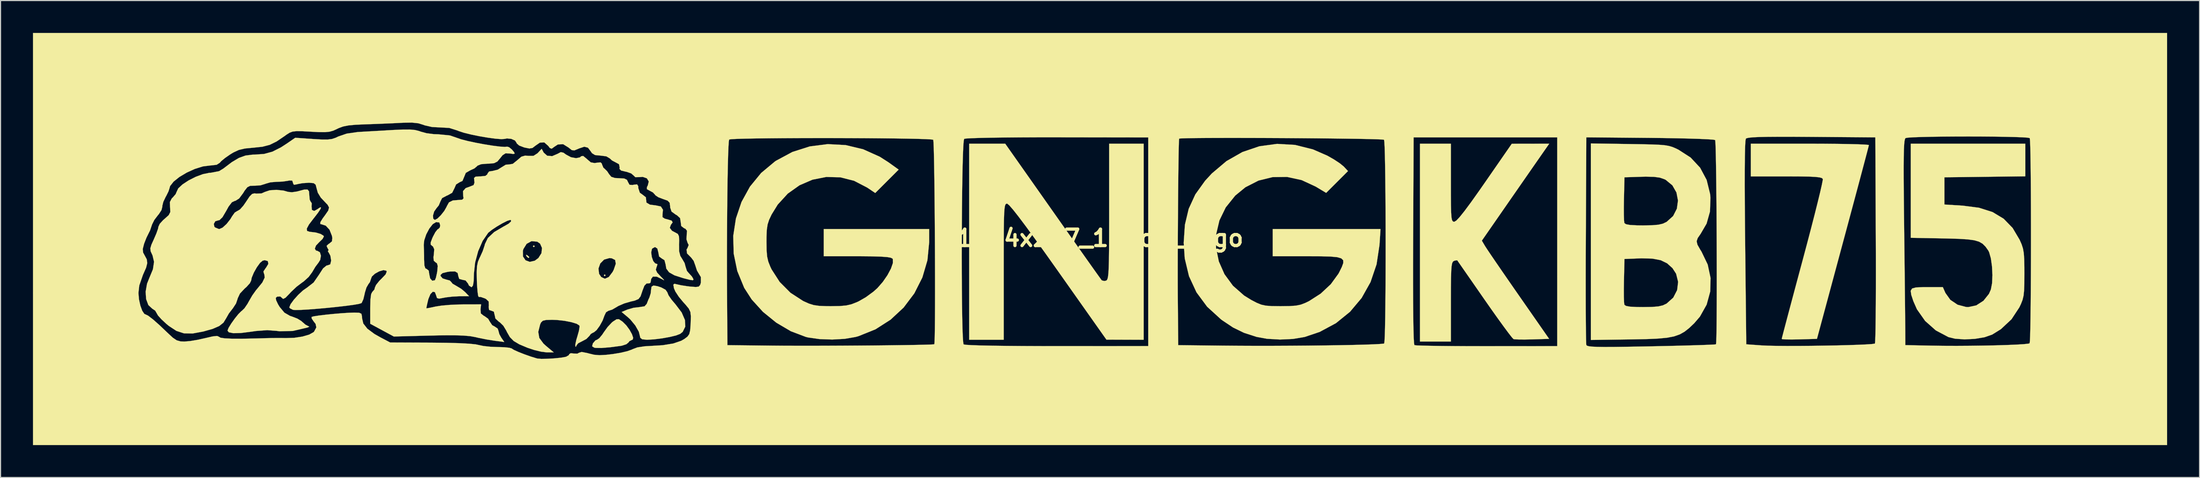
<source format=kicad_pcb>
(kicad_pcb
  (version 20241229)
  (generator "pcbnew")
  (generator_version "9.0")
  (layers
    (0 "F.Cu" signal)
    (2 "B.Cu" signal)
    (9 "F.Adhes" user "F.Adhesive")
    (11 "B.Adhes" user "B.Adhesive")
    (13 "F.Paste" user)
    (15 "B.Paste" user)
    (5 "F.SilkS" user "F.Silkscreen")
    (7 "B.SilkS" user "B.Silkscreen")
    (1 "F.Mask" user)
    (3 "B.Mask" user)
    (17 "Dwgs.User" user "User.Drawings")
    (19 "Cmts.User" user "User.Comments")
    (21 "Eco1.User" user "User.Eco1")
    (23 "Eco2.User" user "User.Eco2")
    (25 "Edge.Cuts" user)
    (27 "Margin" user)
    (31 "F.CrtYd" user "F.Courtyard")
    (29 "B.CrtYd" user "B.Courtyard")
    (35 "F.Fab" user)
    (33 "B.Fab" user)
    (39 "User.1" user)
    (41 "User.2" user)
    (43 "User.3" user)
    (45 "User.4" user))
  (footprint "1174x227_151dpi_logo"
    (layer "F.Cu")
    (at 98.745 19.013)
    (property "Reference" "1174x227_151dpi_logo" (at 0 0 0) (layer "F.SilkS") (effects (font (size 1.524 1.524) (thickness 0.3))))
    (attr through_hole)
    (fp_poly (pts (xy -52.314 0.757) (xy -52.398 0.841) (xy -52.482 0.757) (xy -52.398 0.673) (xy -52.314 0.757)) (stroke (width 0.01) (type solid)) (fill yes) (layer "F.SilkS"))
    (fp_poly (pts (xy -45.754 3.448) (xy -45.838 3.532) (xy -45.922 3.448) (xy -45.838 3.364) (xy -45.754 3.448)) (stroke (width 0.01) (type solid)) (fill yes) (layer "F.SilkS"))
    (fp_poly (pts (xy -53.013 1.582) (xy -52.834 1.738) (xy -52.819 1.776) (xy -52.898 1.845) (xy -53.065 1.69) (xy -53.087 1.656) (xy -53.107 1.541) (xy -53.013 1.582)) (stroke (width 0.01) (type solid)) (fill yes) (layer "F.SilkS"))
    (fp_poly (pts (xy -44.22 7.718) (xy -44.17 7.756) (xy -43.84 8.085) (xy -43.54 8.495) (xy -43.313 8.907) (xy -43.202 9.239) (xy -43.25 9.411) (xy -43.293 9.42) (xy -43.56 9.555) (xy -43.621 9.655) (xy -43.833 9.831) (xy -44.243 9.967) (xy -44.354 9.987) (xy -45.348 10.117) (xy -46.137 10.181) (xy -46.67 10.175) (xy -46.804 10.151) (xy -47.002 10.025) (xy -46.936 9.766) (xy -46.925 9.744) (xy -46.701 9.481) (xy -46.547 9.415) (xy -46.345 9.28) (xy -46.065 8.943) (xy -45.922 8.726) (xy -45.566 8.233) (xy -45.179 7.821) (xy -45.058 7.723) (xy -44.741 7.521) (xy -44.517 7.517) (xy -44.22 7.718)) (stroke (width 0.01) (type solid)) (fill yes) (layer "F.SilkS"))
    (fp_poly (pts (xy -40.942 4.458) (xy -40.593 4.576) (xy -40.205 4.788) (xy -40.035 5.033) (xy -40.034 5.051) (xy -39.926 5.309) (xy -39.644 5.715) (xy -39.278 6.148) (xy -38.715 6.891) (xy -38.413 7.587) (xy -38.379 8.197) (xy -38.619 8.683) (xy -38.844 8.868) (xy -39.218 9.015) (xy -39.821 9.162) (xy -40.545 9.291) (xy -41.284 9.383) (xy -41.927 9.419) (xy -42.373 9.375) (xy -42.549 9.226) (xy -42.558 9.159) (xy -42.681 8.673) (xy -43.006 8.097) (xy -43.462 7.543) (xy -43.688 7.334) (xy -44.271 6.846) (xy -43.732 6.619) (xy -43.164 6.455) (xy -42.617 6.392) (xy -42.153 6.32) (xy -41.951 6.098) (xy -41.79 5.686) (xy -41.704 5.511) (xy -41.58 5.111) (xy -41.548 4.796) (xy -41.502 4.499) (xy -41.321 4.392) (xy -40.942 4.458)) (stroke (width 0.01) (type solid)) (fill yes) (layer "F.SilkS"))
    (fp_poly (pts (xy 67.004 -8.743) (xy 68.207 -8.733) (xy 69.256 -8.716) (xy 70.111 -8.695) (xy 70.734 -8.669) (xy 71.084 -8.64) (xy 71.147 -8.621) (xy 71.103 -8.439) (xy 70.98 -7.963) (xy 70.784 -7.221) (xy 70.525 -6.244) (xy 70.211 -5.063) (xy 69.848 -3.706) (xy 69.445 -2.203) (xy 69.011 -0.585) (xy 68.74 0.421) (xy 66.341 9.336) (xy 64.71 9.384) (xy 64.016 9.396) (xy 63.469 9.389) (xy 63.141 9.365) (xy 63.079 9.342) (xy 63.122 9.166) (xy 63.243 8.698) (xy 63.434 7.972) (xy 63.686 7.02) (xy 63.991 5.875) (xy 64.339 4.571) (xy 64.722 3.141) (xy 65.027 2.006) (xy 65.429 0.497) (xy 65.799 -0.916) (xy 66.129 -2.199) (xy 66.409 -3.319) (xy 66.633 -4.241) (xy 66.79 -4.932) (xy 66.874 -5.356) (xy 66.883 -5.48) (xy 66.795 -5.564) (xy 66.579 -5.627) (xy 66.193 -5.671) (xy 65.597 -5.7) (xy 64.75 -5.714) (xy 63.611 -5.719) (xy 63.505 -5.719) (xy 60.22 -5.719) (xy 60.22 -8.747) (xy 65.687 -8.747) (xy 67.004 -8.743)) (stroke (width 0.01) (type solid)) (fill yes) (layer "F.SilkS"))
    (fp_poly (pts (xy -4.366 -2.481) (xy -3.459 -1.192) (xy -2.609 0.014) (xy -1.837 1.108) (xy -1.163 2.062) (xy -0.606 2.848) (xy -0.186 3.438) (xy 0.077 3.803) (xy 0.161 3.916) (xy 0.399 3.977) (xy 0.561 3.94) (xy 0.633 3.889) (xy 0.692 3.773) (xy 0.739 3.562) (xy 0.775 3.224) (xy 0.801 2.726) (xy 0.82 2.037) (xy 0.832 1.126) (xy 0.838 -0.04) (xy 0.841 -1.493) (xy 0.841 -2.457) (xy 0.841 -8.747) (xy 4.037 -8.747) (xy 4.037 9.42) (xy 0.589 9.408) (xy -3.856 3.106) (xy -5.044 1.429) (xy -6.052 0.025) (xy -6.885 -1.116) (xy -7.549 -2) (xy -8.05 -2.635) (xy -8.393 -3.029) (xy -8.586 -3.191) (xy -8.608 -3.196) (xy -8.687 -3.181) (xy -8.751 -3.117) (xy -8.802 -2.97) (xy -8.841 -2.71) (xy -8.87 -2.306) (xy -8.891 -1.725) (xy -8.904 -0.935) (xy -8.911 0.094) (xy -8.914 1.394) (xy -8.915 2.996) (xy -8.915 3.112) (xy -8.915 9.42) (xy -12.111 9.42) (xy -12.111 -8.747) (xy -8.774 -8.747) (xy -4.366 -2.481)) (stroke (width 0.01) (type solid)) (fill yes) (layer "F.SilkS"))
    (fp_poly (pts (xy 32.465 -5.13) (xy 32.466 -3.939) (xy 32.473 -3.042) (xy 32.489 -2.398) (xy 32.517 -1.965) (xy 32.562 -1.703) (xy 32.627 -1.568) (xy 32.715 -1.519) (xy 32.782 -1.514) (xy 32.963 -1.62) (xy 33.274 -1.947) (xy 33.725 -2.51) (xy 34.327 -3.322) (xy 35.09 -4.397) (xy 35.599 -5.128) (xy 38.1 -8.742) (xy 41.565 -8.747) (xy 40.482 -7.191) (xy 40.04 -6.555) (xy 39.458 -5.716) (xy 38.787 -4.749) (xy 38.078 -3.728) (xy 37.385 -2.727) (xy 37.366 -2.7) (xy 35.331 0.236) (xy 35.635 0.749) (xy 35.808 1.016) (xy 36.146 1.52) (xy 36.622 2.219) (xy 37.208 3.073) (xy 37.877 4.042) (xy 38.601 5.087) (xy 38.749 5.299) (xy 41.558 9.336) (xy 40.01 9.385) (xy 39.306 9.398) (xy 38.721 9.394) (xy 38.344 9.372) (xy 38.262 9.357) (xy 38.116 9.203) (xy 37.807 8.809) (xy 37.364 8.212) (xy 36.813 7.451) (xy 36.183 6.563) (xy 35.574 5.691) (xy 34.904 4.725) (xy 34.3 3.853) (xy 33.786 3.114) (xy 33.39 2.543) (xy 33.137 2.179) (xy 33.052 2.057) (xy 32.891 2.068) (xy 32.741 2.117) (xy 32.65 2.184) (xy 32.581 2.333) (xy 32.532 2.605) (xy 32.498 3.044) (xy 32.478 3.689) (xy 32.468 4.583) (xy 32.465 5.768) (xy 32.465 5.905) (xy 32.465 9.588) (xy 29.605 9.588) (xy 29.605 -8.747) (xy 32.465 -8.747) (xy 32.465 -5.13)) (stroke (width 0.01) (type solid)) (fill yes) (layer "F.SilkS"))
    (fp_poly (pts (xy 85.62 -5.726) (xy 78.134 -5.635) (xy 78.134 -3.112) (xy 79.836 -3.008) (xy 81.341 -2.812) (xy 82.593 -2.413) (xy 83.62 -1.793) (xy 84.447 -0.939) (xy 85.095 0.154) (xy 85.279 0.572) (xy 85.403 0.955) (xy 85.479 1.383) (xy 85.519 1.937) (xy 85.534 2.699) (xy 85.536 3.28) (xy 85.531 4.195) (xy 85.509 4.853) (xy 85.458 5.337) (xy 85.366 5.725) (xy 85.22 6.099) (xy 85.068 6.419) (xy 84.345 7.518) (xy 83.365 8.435) (xy 82.558 8.937) (xy 81.851 9.185) (xy 80.953 9.336) (xy 79.996 9.384) (xy 79.11 9.32) (xy 78.508 9.173) (xy 77.339 8.552) (xy 76.35 7.675) (xy 75.592 6.596) (xy 75.262 5.85) (xy 75.067 5.261) (xy 75.014 4.882) (xy 75.145 4.667) (xy 75.507 4.569) (xy 76.141 4.543) (xy 76.506 4.542) (xy 77.99 4.542) (xy 78.23 5.085) (xy 78.684 5.722) (xy 79.357 6.174) (xy 80.153 6.384) (xy 80.34 6.392) (xy 81.081 6.235) (xy 81.747 5.806) (xy 82.255 5.169) (xy 82.434 4.764) (xy 82.546 4.177) (xy 82.578 3.425) (xy 82.538 2.621) (xy 82.434 1.877) (xy 82.273 1.307) (xy 82.19 1.145) (xy 81.936 0.79) (xy 81.67 0.523) (xy 81.339 0.331) (xy 80.892 0.2) (xy 80.277 0.117) (xy 79.442 0.066) (xy 78.336 0.035) (xy 78.008 0.028) (xy 75.023 -0.027) (xy 75.023 -8.747) (xy 85.62 -8.747) (xy 85.62 -5.726)) (stroke (width 0.01) (type solid)) (fill yes) (layer "F.SilkS"))
    (fp_poly (pts (xy 18.04 -8.637) (xy 19.702 -8.22) (xy 21.032 -7.639) (xy 21.646 -7.289) (xy 22.187 -6.931) (xy 22.544 -6.64) (xy 22.556 -6.628) (xy 22.946 -6.212) (xy 21.935 -5.201) (xy 20.924 -4.19) (xy 19.959 -4.771) (xy 18.656 -5.376) (xy 17.31 -5.667) (xy 15.964 -5.651) (xy 14.664 -5.331) (xy 13.454 -4.714) (xy 12.509 -3.939) (xy 11.631 -2.844) (xy 11.047 -1.642) (xy 10.75 -0.378) (xy 10.734 0.904) (xy 10.991 2.159) (xy 11.514 3.344) (xy 12.298 4.414) (xy 13.334 5.324) (xy 13.992 5.731) (xy 14.503 5.997) (xy 14.918 6.166) (xy 15.344 6.259) (xy 15.885 6.299) (xy 16.646 6.308) (xy 16.737 6.308) (xy 17.547 6.298) (xy 18.124 6.257) (xy 18.572 6.166) (xy 18.994 6.005) (xy 19.344 5.834) (xy 20.417 5.145) (xy 21.351 4.273) (xy 22.055 3.306) (xy 22.142 3.144) (xy 22.376 2.669) (xy 22.506 2.311) (xy 22.5 2.052) (xy 22.323 1.876) (xy 21.945 1.767) (xy 21.33 1.709) (xy 20.448 1.686) (xy 19.264 1.682) (xy 19.165 1.682) (xy 15.98 1.682) (xy 15.98 -0.841) (xy 25.954 -0.841) (xy 25.859 0.639) (xy 25.588 2.431) (xy 25.03 4.076) (xy 24.205 5.549) (xy 23.132 6.826) (xy 21.83 7.882) (xy 20.321 8.694) (xy 18.931 9.162) (xy 17.858 9.343) (xy 16.644 9.399) (xy 15.444 9.329) (xy 14.485 9.154) (xy 13.32 8.776) (xy 12.308 8.284) (xy 11.285 7.599) (xy 11.186 7.524) (xy 9.91 6.359) (xy 8.924 5.025) (xy 8.232 3.531) (xy 7.838 1.883) (xy 7.74 0.432) (xy 7.853 -1.241) (xy 8.204 -2.715) (xy 8.817 -4.051) (xy 9.718 -5.31) (xy 10.342 -5.988) (xy 11.695 -7.133) (xy 13.172 -7.975) (xy 14.744 -8.51) (xy 16.377 -8.732) (xy 18.04 -8.637)) (stroke (width 0.01) (type solid)) (fill yes) (layer "F.SilkS"))
    (fp_poly (pts (xy -23.54 -8.62) (xy -21.92 -8.231) (xy -20.385 -7.541) (xy -19.6 -7.039) (xy -18.635 -6.347) (xy -19.719 -5.263) (xy -20.803 -4.179) (xy -21.546 -4.68) (xy -22.759 -5.31) (xy -24.037 -5.634) (xy -25.334 -5.665) (xy -26.606 -5.415) (xy -27.808 -4.897) (xy -28.896 -4.124) (xy -29.824 -3.109) (xy -30.393 -2.187) (xy -30.622 -1.702) (xy -30.763 -1.267) (xy -30.837 -0.772) (xy -30.864 -0.107) (xy -30.867 0.336) (xy -30.855 1.137) (xy -30.806 1.715) (xy -30.698 2.182) (xy -30.511 2.652) (xy -30.393 2.9) (xy -29.644 4.064) (xy -28.649 5.064) (xy -27.488 5.819) (xy -27.459 5.834) (xy -26.95 6.064) (xy -26.495 6.206) (xy -25.983 6.279) (xy -25.299 6.306) (xy -24.895 6.308) (xy -24.08 6.295) (xy -23.486 6.241) (xy -22.998 6.128) (xy -22.503 5.934) (xy -22.339 5.859) (xy -21.669 5.474) (xy -20.978 4.967) (xy -20.604 4.633) (xy -20.103 4.058) (xy -19.672 3.432) (xy -19.349 2.826) (xy -19.17 2.31) (xy -19.172 1.955) (xy -19.204 1.901) (xy -19.363 1.818) (xy -19.705 1.757) (xy -20.267 1.716) (xy -21.085 1.692) (xy -22.196 1.682) (xy -22.477 1.682) (xy -25.568 1.682) (xy -25.568 -0.841) (xy -15.812 -0.841) (xy -15.812 0.385) (xy -15.974 2.056) (xy -16.441 3.645) (xy -17.184 5.117) (xy -18.174 6.433) (xy -19.383 7.557) (xy -20.783 8.453) (xy -22.344 9.082) (xy -22.631 9.162) (xy -23.625 9.334) (xy -24.782 9.399) (xy -25.955 9.357) (xy -26.996 9.211) (xy -27.231 9.154) (xy -28.614 8.629) (xy -29.959 7.836) (xy -31.191 6.835) (xy -32.233 5.687) (xy -32.928 4.61) (xy -33.569 3.048) (xy -33.903 1.428) (xy -33.943 -0.206) (xy -33.697 -1.813) (xy -33.178 -3.349) (xy -32.396 -4.771) (xy -31.361 -6.036) (xy -30.084 -7.102) (xy -29.989 -7.166) (xy -28.47 -7.983) (xy -26.86 -8.497) (xy -25.202 -8.709) (xy -23.54 -8.62)) (stroke (width 0.01) (type solid)) (fill yes) (layer "F.SilkS"))
    (fp_poly (pts (xy 48.992 -8.717) (xy 50.179 -8.698) (xy 51.083 -8.677) (xy 51.758 -8.648) (xy 52.258 -8.605) (xy 52.636 -8.541) (xy 52.946 -8.451) (xy 53.242 -8.328) (xy 53.518 -8.195) (xy 54.651 -7.465) (xy 55.528 -6.523) (xy 56.132 -5.392) (xy 56.451 -4.096) (xy 56.484 -3.741) (xy 56.442 -2.462) (xy 56.127 -1.342) (xy 55.572 -0.39) (xy 55.305 -0.003) (xy 55.207 0.293) (xy 55.281 0.611) (xy 55.535 1.062) (xy 55.656 1.253) (xy 56.23 2.448) (xy 56.497 3.7) (xy 56.463 4.956) (xy 56.133 6.164) (xy 55.511 7.274) (xy 54.986 7.886) (xy 54.526 8.324) (xy 54.097 8.665) (xy 53.647 8.92) (xy 53.125 9.104) (xy 52.478 9.23) (xy 51.656 9.309) (xy 50.608 9.356) (xy 49.282 9.384) (xy 49.076 9.387) (xy 45.417 9.438) (xy 45.417 4.747) (xy 48.47 4.747) (xy 48.473 5.437) (xy 48.49 5.938) (xy 48.518 6.172) (xy 48.669 6.283) (xy 49.047 6.352) (xy 49.693 6.386) (xy 50.248 6.391) (xy 51.08 6.378) (xy 51.662 6.329) (xy 52.077 6.232) (xy 52.412 6.075) (xy 52.432 6.062) (xy 53.043 5.515) (xy 53.401 4.82) (xy 53.494 4.055) (xy 53.307 3.301) (xy 52.971 2.783) (xy 52.473 2.334) (xy 51.876 2.046) (xy 51.109 1.9) (xy 50.103 1.874) (xy 49.875 1.882) (xy 48.529 1.934) (xy 48.481 3.943) (xy 48.47 4.747) (xy 45.417 4.747) (xy 45.417 -2.823) (xy 48.47 -2.823) (xy 48.473 -2.133) (xy 48.49 -1.632) (xy 48.518 -1.398) (xy 48.669 -1.287) (xy 49.047 -1.217) (xy 49.693 -1.183) (xy 50.248 -1.178) (xy 51.08 -1.192) (xy 51.662 -1.241) (xy 52.077 -1.337) (xy 52.412 -1.495) (xy 52.432 -1.507) (xy 53.03 -2.046) (xy 53.378 -2.729) (xy 53.48 -3.482) (xy 53.339 -4.227) (xy 52.961 -4.89) (xy 52.348 -5.395) (xy 52.23 -5.455) (xy 51.809 -5.601) (xy 51.26 -5.677) (xy 50.499 -5.693) (xy 50.088 -5.684) (xy 48.529 -5.635) (xy 48.481 -3.626) (xy 48.47 -2.823) (xy 45.417 -2.823) (xy 45.417 -8.771) (xy 48.992 -8.717)) (stroke (width 0.01) (type solid)) (fill yes) (layer "F.SilkS"))
    (fp_poly (pts (xy 98.74 19.176) (xy -98.74 19.176) (xy -98.74 5.083) (xy -88.984 5.083) (xy -88.935 5.671) (xy -88.807 6.253) (xy -88.631 6.734) (xy -88.438 7.022) (xy -88.341 7.065) (xy -88.09 7.185) (xy -87.642 7.528) (xy -87.029 8.07) (xy -86.281 8.784) (xy -86.275 8.789) (xy -85.803 9.227) (xy -85.444 9.469) (xy -85.092 9.569) (xy -84.742 9.585) (xy -84.206 9.54) (xy -83.503 9.423) (xy -82.81 9.268) (xy -82.119 9.108) (xy -81.707 9.065) (xy -81.538 9.135) (xy -81.535 9.144) (xy -81.384 9.23) (xy -80.988 9.288) (xy -80.325 9.319) (xy -79.377 9.322) (xy -78.124 9.298) (xy -77.293 9.274) (xy -76.558 9.258) (xy -75.833 9.255) (xy -75.359 9.263) (xy -74.568 9.238) (xy -73.813 9.124) (xy -73.187 8.943) (xy -72.781 8.716) (xy -72.724 8.653) (xy -72.522 8.271) (xy -72.593 7.945) (xy -72.779 7.708) (xy -72.957 7.442) (xy -72.963 7.305) (xy -72.761 7.247) (xy -72.303 7.176) (xy -71.669 7.099) (xy -70.94 7.025) (xy -70.196 6.962) (xy -69.516 6.918) (xy -69.009 6.901) (xy -68.56 6.915) (xy -68.354 7.008) (xy -68.297 7.248) (xy -68.294 7.409) (xy -68.176 7.914) (xy -67.801 8.395) (xy -67.142 8.884) (xy -66.591 9.196) (xy -65.687 9.672) (xy -61.902 9.686) (xy -60.483 9.701) (xy -59.305 9.733) (xy -58.393 9.782) (xy -57.774 9.845) (xy -57.53 9.897) (xy -57.057 9.997) (xy -56.396 10.068) (xy -55.731 10.093) (xy -55.126 10.111) (xy -54.664 10.16) (xy -54.437 10.229) (xy -54.432 10.237) (xy -54.239 10.359) (xy -53.822 10.547) (xy -53.273 10.763) (xy -52.69 10.97) (xy -52.167 11.131) (xy -52.062 11.159) (xy -51.707 11.189) (xy -51.143 11.181) (xy -50.494 11.142) (xy -49.885 11.08) (xy -49.44 11.002) (xy -49.412 10.994) (xy -49.163 10.849) (xy -49.118 10.751) (xy -48.981 10.665) (xy -48.716 10.692) (xy -48.37 10.707) (xy -48.207 10.62) (xy -47.966 10.549) (xy -47.438 10.651) (xy -47.305 10.689) (xy -46.814 10.808) (xy -46.311 10.849) (xy -45.679 10.813) (xy -45.085 10.743) (xy -44.376 10.626) (xy -43.754 10.48) (xy -43.329 10.331) (xy -43.259 10.293) (xy -42.811 10.125) (xy -42.126 10.022) (xy -41.74 10.001) (xy -40.47 9.924) (xy -39.488 9.764) (xy -38.757 9.513) (xy -38.474 9.352) (xy -38.182 9.132) (xy -38.014 8.897) (xy -37.929 8.546) (xy -37.887 7.977) (xy -37.882 7.859) (xy -37.864 7.251) (xy -37.907 6.85) (xy -38.058 6.53) (xy -38.362 6.16) (xy -38.573 5.93) (xy -38.984 5.431) (xy -39.299 4.948) (xy -39.43 4.646) (xy -39.487 4.314) (xy -39.388 4.227) (xy -39.16 4.282) (xy -38.765 4.37) (xy -38.202 4.457) (xy -37.913 4.491) (xy -37.405 4.531) (xy -37.134 4.493) (xy -37.003 4.339) (xy -36.937 4.12) (xy -36.938 3.613) (xy -37.081 3.375) (xy -37.299 3.007) (xy -37.431 2.6) (xy -34.524 2.6) (xy -34.52 4.362) (xy -34.513 5.674) (xy -34.483 9.919) (xy -30.236 9.964) (xy -29.189 9.972) (xy -27.982 9.975) (xy -26.654 9.976) (xy -25.245 9.972) (xy -23.795 9.966) (xy -22.342 9.957) (xy -20.925 9.946) (xy -19.586 9.932) (xy -18.362 9.917) (xy -17.293 9.901) (xy -16.418 9.883) (xy -15.778 9.865) (xy -15.411 9.847) (xy -15.338 9.835) (xy -15.317 9.654) (xy -15.3 9.172) (xy -15.287 8.428) (xy -15.278 7.459) (xy -15.272 6.301) (xy -15.27 4.991) (xy -15.271 3.567) (xy -15.275 2.065) (xy -15.276 1.763) (xy -12.797 1.763) (xy -12.794 3.283) (xy -12.786 4.73) (xy -12.773 6.069) (xy -12.755 7.263) (xy -12.732 8.274) (xy -12.703 9.066) (xy -12.669 9.601) (xy -12.629 9.842) (xy -12.624 9.849) (xy -12.422 9.885) (xy -11.904 9.917) (xy -11.092 9.945) (xy -10.006 9.968) (xy -8.668 9.986) (xy -7.098 9.998) (xy -5.318 10.005) (xy -4.003 10.006) (xy 4.458 10.004) (xy 4.458 2.656) (xy 7.19 2.656) (xy 7.19 3.954) (xy 7.194 5.118) (xy 7.199 5.842) (xy 7.233 9.919) (xy 11.396 9.964) (xy 12.866 9.975) (xy 14.414 9.981) (xy 16.005 9.98) (xy 17.601 9.973) (xy 19.167 9.962) (xy 20.667 9.945) (xy 22.064 9.925) (xy 23.322 9.901) (xy 24.405 9.873) (xy 25.277 9.843) (xy 25.901 9.811) (xy 26.241 9.777) (xy 26.291 9.762) (xy 26.321 9.571) (xy 26.347 9.081) (xy 26.369 8.329) (xy 26.388 7.352) (xy 26.403 6.187) (xy 26.414 4.872) (xy 26.418 4.268) (xy 28.966 4.268) (xy 28.972 5.917) (xy 28.984 7.302) (xy 29.002 8.409) (xy 29.026 9.225) (xy 29.056 9.732) (xy 29.091 9.918) (xy 29.29 9.94) (xy 29.788 9.96) (xy 30.547 9.978) (xy 31.531 9.993) (xy 32.702 10.004) (xy 34.023 10.011) (xy 35.456 10.013) (xy 35.779 10.013) (xy 42.305 10.009) (xy 42.305 3.594) (xy 44.943 3.594) (xy 44.944 5.13) (xy 44.947 6.506) (xy 44.953 7.691) (xy 44.962 8.655) (xy 44.974 9.366) (xy 44.988 9.794) (xy 45 9.909) (xy 45.067 9.972) (xy 45.235 10.02) (xy 45.534 10.055) (xy 45.997 10.077) (xy 46.655 10.086) (xy 47.538 10.083) (xy 48.678 10.069) (xy 50.107 10.044) (xy 51.009 10.027) (xy 52.386 9.997) (xy 53.653 9.967) (xy 54.772 9.936) (xy 55.704 9.907) (xy 56.411 9.88) (xy 56.854 9.857) (xy 56.996 9.841) (xy 57.017 9.655) (xy 57.034 9.171) (xy 57.048 8.424) (xy 57.058 7.452) (xy 57.065 6.291) (xy 57.069 4.98) (xy 57.07 3.554) (xy 57.068 2.051) (xy 57.063 0.508) (xy 57.055 -1.039) (xy 57.046 -2.551) (xy 57.033 -3.993) (xy 57.025 -4.83) (xy 59.658 -4.83) (xy 59.666 -2.997) (xy 59.683 -0.856) (xy 59.696 0.421) (xy 59.799 9.84) (xy 61.229 9.942) (xy 61.794 9.968) (xy 62.581 9.984) (xy 63.54 9.991) (xy 64.622 9.99) (xy 65.775 9.981) (xy 66.951 9.965) (xy 68.099 9.944) (xy 69.171 9.917) (xy 70.115 9.886) (xy 70.882 9.852) (xy 71.423 9.816) (xy 71.687 9.777) (xy 71.702 9.769) (xy 71.725 9.584) (xy 71.745 9.093) (xy 71.762 8.326) (xy 71.775 7.315) (xy 71.785 6.088) (xy 71.791 4.678) (xy 71.793 3.114) (xy 71.791 1.427) (xy 71.786 0.158) (xy 71.755 -6.66) (xy 74.366 -6.66) (xy 74.367 -5.549) (xy 74.376 -4.174) (xy 74.392 -2.51) (xy 74.41 -0.904) (xy 74.43 0.778) (xy 74.449 2.399) (xy 74.466 3.918) (xy 74.481 5.297) (xy 74.493 6.497) (xy 74.503 7.477) (xy 74.51 8.198) (xy 74.513 8.616) (xy 74.518 9.915) (xy 76.915 9.964) (xy 78.042 9.979) (xy 79.249 9.983) (xy 80.487 9.976) (xy 81.708 9.961) (xy 82.865 9.937) (xy 83.91 9.905) (xy 84.796 9.868) (xy 85.475 9.827) (xy 85.899 9.781) (xy 86.02 9.747) (xy 86.044 9.561) (xy 86.067 9.076) (xy 86.086 8.328) (xy 86.103 7.355) (xy 86.117 6.193) (xy 86.128 4.879) (xy 86.136 3.451) (xy 86.142 1.945) (xy 86.144 0.398) (xy 86.144 -1.152) (xy 86.141 -2.67) (xy 86.135 -4.117) (xy 86.126 -5.457) (xy 86.113 -6.653) (xy 86.098 -7.668) (xy 86.08 -8.464) (xy 86.059 -9.006) (xy 86.035 -9.256) (xy 86.031 -9.266) (xy 85.845 -9.306) (xy 85.37 -9.339) (xy 84.654 -9.366) (xy 83.745 -9.387) (xy 82.691 -9.403) (xy 81.539 -9.412) (xy 80.338 -9.415) (xy 79.134 -9.412) (xy 77.975 -9.404) (xy 76.91 -9.389) (xy 75.987 -9.368) (xy 75.252 -9.341) (xy 74.753 -9.308) (xy 74.541 -9.27) (xy 74.488 -9.188) (xy 74.446 -9) (xy 74.412 -8.679) (xy 74.388 -8.2) (xy 74.373 -7.536) (xy 74.366 -6.66) (xy 71.755 -6.66) (xy 71.742 -9.336) (xy 65.835 -9.38) (xy 64.188 -9.39) (xy 62.849 -9.391) (xy 61.792 -9.384) (xy 60.987 -9.367) (xy 60.408 -9.339) (xy 60.028 -9.3) (xy 59.817 -9.25) (xy 59.76 -9.212) (xy 59.721 -8.989) (xy 59.691 -8.435) (xy 59.671 -7.554) (xy 59.66 -6.351) (xy 59.658 -4.83) (xy 57.025 -4.83) (xy 57.019 -5.327) (xy 57.003 -6.515) (xy 56.985 -7.522) (xy 56.966 -8.31) (xy 56.945 -8.841) (xy 56.922 -9.08) (xy 56.918 -9.088) (xy 56.721 -9.124) (xy 56.227 -9.159) (xy 55.475 -9.193) (xy 54.505 -9.224) (xy 53.355 -9.251) (xy 52.066 -9.273) (xy 50.884 -9.286) (xy 44.997 -9.336) (xy 44.953 0.168) (xy 44.946 1.93) (xy 44.943 3.594) (xy 42.305 3.594) (xy 42.305 -9.336) (xy 29.017 -9.336) (xy 28.973 0.242) (xy 28.966 2.372) (xy 28.966 4.268) (xy 26.418 4.268) (xy 26.422 3.444) (xy 26.427 1.939) (xy 26.427 0.396) (xy 26.424 -1.149) (xy 26.418 -2.659) (xy 26.409 -4.096) (xy 26.395 -5.423) (xy 26.379 -6.604) (xy 26.359 -7.6) (xy 26.336 -8.374) (xy 26.31 -8.89) (xy 26.28 -9.111) (xy 26.277 -9.115) (xy 26.093 -9.137) (xy 25.609 -9.158) (xy 24.864 -9.179) (xy 23.893 -9.198) (xy 22.734 -9.215) (xy 21.423 -9.231) (xy 19.998 -9.246) (xy 18.496 -9.258) (xy 16.953 -9.268) (xy 15.406 -9.275) (xy 13.892 -9.28) (xy 12.449 -9.282) (xy 11.113 -9.281) (xy 9.921 -9.277) (xy 8.909 -9.269) (xy 8.116 -9.258) (xy 7.578 -9.242) (xy 7.331 -9.223) (xy 7.32 -9.218) (xy 7.304 -9.038) (xy 7.287 -8.561) (xy 7.272 -7.825) (xy 7.256 -6.87) (xy 7.242 -5.736) (xy 7.228 -4.461) (xy 7.217 -3.084) (xy 7.207 -1.645) (xy 7.199 -0.182) (xy 7.193 1.265) (xy 7.19 2.656) (xy 4.458 2.656) (xy 4.458 -9.329) (xy -3.953 -9.34) (xy -5.736 -9.34) (xy -7.373 -9.333) (xy -8.835 -9.321) (xy -10.097 -9.304) (xy -11.129 -9.282) (xy -11.904 -9.256) (xy -12.396 -9.227) (xy -12.574 -9.197) (xy -12.615 -9.003) (xy -12.653 -8.51) (xy -12.686 -7.754) (xy -12.715 -6.774) (xy -12.74 -5.605) (xy -12.76 -4.285) (xy -12.776 -2.851) (xy -12.788 -1.34) (xy -12.795 0.21) (xy -12.797 1.763) (xy -15.276 1.763) (xy -15.282 0.522) (xy -15.291 -1.025) (xy -15.302 -2.538) (xy -15.316 -3.982) (xy -15.332 -5.318) (xy -15.349 -6.511) (xy -15.368 -7.522) (xy -15.389 -8.316) (xy -15.411 -8.855) (xy -15.433 -9.102) (xy -15.438 -9.113) (xy -15.632 -9.144) (xy -16.125 -9.171) (xy -16.88 -9.196) (xy -17.86 -9.217) (xy -19.026 -9.234) (xy -20.343 -9.248) (xy -21.773 -9.259) (xy -23.279 -9.266) (xy -24.823 -9.27) (xy -26.368 -9.27) (xy -27.878 -9.267) (xy -29.314 -9.26) (xy -30.641 -9.249) (xy -31.82 -9.234) (xy -32.814 -9.216) (xy -33.587 -9.194) (xy -34.1 -9.168) (xy -34.317 -9.138) (xy -34.321 -9.135) (xy -34.355 -8.935) (xy -34.387 -8.431) (xy -34.417 -7.656) (xy -34.444 -6.643) (xy -34.468 -5.424) (xy -34.488 -4.033) (xy -34.504 -2.503) (xy -34.516 -0.865) (xy -34.523 0.847) (xy -34.524 2.6) (xy -37.431 2.6) (xy -37.447 2.548) (xy -37.607 2.106) (xy -37.838 1.802) (xy -38.218 1.42) (xy -38.265 1.066) (xy -38.178 0.918) (xy -38.064 0.636) (xy -38.164 0.445) (xy -38.271 0.118) (xy -38.251 -0.295) (xy -38.221 -0.677) (xy -38.366 -0.866) (xy -38.491 -0.916) (xy -38.757 -1.122) (xy -38.803 -1.478) (xy -38.862 -1.852) (xy -39.155 -2.12) (xy -39.277 -2.186) (xy -39.651 -2.457) (xy -39.778 -2.828) (xy -39.782 -2.938) (xy -39.825 -3.274) (xy -40.015 -3.47) (xy -40.444 -3.623) (xy -40.445 -3.624) (xy -40.879 -3.788) (xy -41.148 -3.97) (xy -41.178 -4.018) (xy -41.375 -4.232) (xy -41.653 -4.381) (xy -41.931 -4.531) (xy -41.93 -4.73) (xy -41.856 -4.862) (xy -41.759 -5.246) (xy -41.934 -5.539) (xy -42.316 -5.673) (xy -42.597 -5.653) (xy -43.002 -5.644) (xy -43.171 -5.807) (xy -43.387 -5.994) (xy -43.798 -6.139) (xy -43.901 -6.159) (xy -44.318 -6.26) (xy -44.468 -6.414) (xy -44.456 -6.562) (xy -44.512 -6.846) (xy -44.77 -6.989) (xy -45.162 -7.195) (xy -45.358 -7.38) (xy -45.691 -7.578) (xy -46.234 -7.646) (xy -46.73 -7.694) (xy -47.016 -7.871) (xy -47.115 -8.019) (xy -47.387 -8.38) (xy -47.724 -8.469) (xy -48.214 -8.307) (xy -48.255 -8.287) (xy -48.635 -8.129) (xy -48.883 -8.152) (xy -49.161 -8.372) (xy -49.177 -8.387) (xy -49.68 -8.701) (xy -50.167 -8.679) (xy -50.497 -8.464) (xy -50.743 -8.283) (xy -50.916 -8.351) (xy -51.067 -8.548) (xy -51.425 -8.864) (xy -51.833 -8.85) (xy -52.242 -8.567) (xy -52.52 -8.354) (xy -52.81 -8.303) (xy -53.257 -8.393) (xy -53.304 -8.406) (xy -53.756 -8.58) (xy -53.984 -8.782) (xy -53.996 -8.834) (xy -54.141 -9.046) (xy -54.483 -9.196) (xy -54.883 -9.236) (xy -55.078 -9.195) (xy -55.394 -9.17) (xy -55.95 -9.213) (xy -56.661 -9.309) (xy -57.443 -9.442) (xy -58.209 -9.599) (xy -58.874 -9.764) (xy -59.354 -9.922) (xy -59.436 -9.959) (xy -60.224 -10.209) (xy -61.034 -10.253) (xy -61.813 -10.294) (xy -62.491 -10.447) (xy -62.606 -10.492) (xy -63.078 -10.639) (xy -63.67 -10.702) (xy -64.481 -10.69) (xy -64.625 -10.683) (xy -65.407 -10.644) (xy -66.377 -10.602) (xy -67.386 -10.563) (xy -67.958 -10.544) (xy -68.879 -10.504) (xy -69.546 -10.441) (xy -70.042 -10.342) (xy -70.448 -10.194) (xy -70.598 -10.121) (xy -70.955 -9.956) (xy -71.302 -9.858) (xy -71.727 -9.817) (xy -72.321 -9.823) (xy -73.037 -9.86) (xy -73.818 -9.903) (xy -74.347 -9.911) (xy -74.71 -9.872) (xy -74.99 -9.77) (xy -75.271 -9.593) (xy -75.459 -9.456) (xy -76.197 -8.955) (xy -76.835 -8.642) (xy -77.51 -8.466) (xy -78.359 -8.376) (xy -78.387 -8.374) (xy -79.135 -8.302) (xy -79.69 -8.17) (xy -80.193 -7.938) (xy -80.484 -7.761) (xy -80.962 -7.43) (xy -81.325 -7.131) (xy -81.46 -6.978) (xy -81.748 -6.794) (xy -82.327 -6.729) (xy -82.352 -6.728) (xy -83.023 -6.642) (xy -83.768 -6.409) (xy -84.514 -6.07) (xy -85.192 -5.666) (xy -85.729 -5.236) (xy -86.055 -4.822) (xy -86.119 -4.593) (xy -86.203 -4.33) (xy -86.404 -3.922) (xy -86.473 -3.802) (xy -86.685 -3.352) (xy -86.776 -2.975) (xy -86.773 -2.91) (xy -86.85 -2.6) (xy -87.102 -2.211) (xy -87.186 -2.116) (xy -87.515 -1.682) (xy -87.729 -1.252) (xy -87.747 -1.191) (xy -87.907 -0.714) (xy -88.053 -0.421) (xy -88.243 -0.036) (xy -88.441 0.47) (xy -88.469 0.553) (xy -88.587 1.018) (xy -88.549 1.344) (xy -88.411 1.598) (xy -88.215 1.962) (xy -88.167 2.309) (xy -88.273 2.739) (xy -88.543 3.353) (xy -88.564 3.397) (xy -88.906 4.387) (xy -88.984 5.083) (xy -98.74 5.083) (xy -98.74 -19.008) (xy 98.74 -19.008) (xy 98.74 19.176)) (stroke (width 0.01) (type solid)) (fill yes) (layer "F.SilkS"))
    (fp_poly (pts (xy -63.378 -10.016) (xy -63.002 -9.92) (xy -62.87 -9.869) (xy -62.33 -9.721) (xy -61.644 -9.633) (xy -61.249 -9.621) (xy -60.159 -9.513) (xy -59.523 -9.294) (xy -59.119 -9.154) (xy -58.51 -8.997) (xy -57.772 -8.839) (xy -56.983 -8.691) (xy -56.219 -8.568) (xy -55.559 -8.484) (xy -55.079 -8.451) (xy -54.865 -8.477) (xy -54.686 -8.423) (xy -54.429 -8.213) (xy -54.219 -7.962) (xy -54.164 -7.824) (xy -54.307 -7.797) (xy -54.646 -7.842) (xy -55.01 -7.858) (xy -55.29 -7.68) (xy -55.498 -7.418) (xy -55.77 -7.096) (xy -56.07 -6.943) (xy -56.534 -6.898) (xy -56.691 -6.897) (xy -57.274 -6.848) (xy -57.61 -6.713) (xy -57.646 -6.669) (xy -57.893 -6.458) (xy -58.285 -6.278) (xy -58.691 -6.045) (xy -58.842 -5.675) (xy -59.001 -5.296) (xy -59.253 -5.183) (xy -59.589 -4.972) (xy -59.743 -4.62) (xy -59.952 -4.2) (xy -60.371 -3.964) (xy -60.426 -3.947) (xy -60.884 -3.707) (xy -61.028 -3.424) (xy -61.191 -3.032) (xy -61.407 -2.767) (xy -61.62 -2.462) (xy -61.725 -2.099) (xy -61.706 -1.799) (xy -61.557 -1.682) (xy -61.319 -1.809) (xy -60.999 -2.122) (xy -60.686 -2.517) (xy -60.473 -2.892) (xy -60.454 -2.944) (xy -60.25 -3.31) (xy -59.894 -3.488) (xy -59.403 -3.53) (xy -59.026 -3.558) (xy -58.902 -3.684) (xy -58.933 -3.912) (xy -58.95 -4.351) (xy -58.707 -4.631) (xy -58.309 -4.776) (xy -57.971 -4.911) (xy -57.886 -5.147) (xy -57.908 -5.306) (xy -57.927 -5.574) (xy -57.792 -5.691) (xy -57.417 -5.719) (xy -57.337 -5.719) (xy -56.878 -5.764) (xy -56.696 -5.911) (xy -56.687 -5.972) (xy -56.539 -6.173) (xy -56.215 -6.224) (xy -55.74 -6.339) (xy -55.37 -6.57) (xy -54.984 -6.806) (xy -54.698 -6.822) (xy -54.343 -6.882) (xy -53.926 -7.219) (xy -53.548 -7.545) (xy -53.192 -7.647) (xy -52.908 -7.622) (xy -52.427 -7.623) (xy -52.061 -7.857) (xy -52.016 -7.904) (xy -51.67 -8.275) (xy -51.481 -7.922) (xy -51.16 -7.634) (xy -50.698 -7.596) (xy -50.187 -7.815) (xy -50.183 -7.818) (xy -49.903 -7.968) (xy -49.658 -7.915) (xy -49.404 -7.734) (xy -48.955 -7.493) (xy -48.485 -7.407) (xy -48.117 -7.487) (xy -48.014 -7.587) (xy -47.831 -7.614) (xy -47.513 -7.357) (xy -47.483 -7.325) (xy -47.125 -7.02) (xy -46.771 -6.954) (xy -46.579 -6.984) (xy -46.221 -7.02) (xy -46.094 -6.893) (xy -46.09 -6.834) (xy -45.961 -6.526) (xy -45.862 -6.442) (xy -45.609 -6.194) (xy -45.436 -5.929) (xy -45.23 -5.679) (xy -44.891 -5.569) (xy -44.506 -5.551) (xy -44.026 -5.521) (xy -43.781 -5.404) (xy -43.681 -5.194) (xy -43.544 -4.942) (xy -43.257 -4.922) (xy -43.157 -4.945) (xy -42.842 -4.981) (xy -42.734 -4.812) (xy -42.726 -4.625) (xy -42.586 -4.205) (xy -42.319 -4.013) (xy -42.025 -3.781) (xy -42.007 -3.579) (xy -41.974 -3.292) (xy -41.655 -3.101) (xy -41.104 -3.03) (xy -40.641 -2.931) (xy -40.447 -2.629) (xy -40.486 -2.203) (xy -40.491 -1.942) (xy -40.274 -1.799) (xy -40.054 -1.745) (xy -39.648 -1.624) (xy -39.549 -1.461) (xy -39.717 -1.226) (xy -39.815 -0.951) (xy -39.61 -0.677) (xy -39.289 -0.509) (xy -39.073 -0.389) (xy -38.968 -0.18) (xy -38.946 0.214) (xy -38.959 0.564) (xy -38.954 1.207) (xy -38.842 1.647) (xy -38.679 1.909) (xy -38.444 2.31) (xy -38.352 2.655) (xy -38.23 3.038) (xy -38.091 3.204) (xy -37.787 3.536) (xy -37.677 3.706) (xy -37.619 3.851) (xy -37.69 3.905) (xy -37.951 3.868) (xy -38.463 3.739) (xy -38.598 3.702) (xy -39.384 3.448) (xy -39.881 3.168) (xy -40.138 2.824) (xy -40.203 2.435) (xy -40.309 2.04) (xy -40.539 1.899) (xy -40.805 1.703) (xy -40.875 1.326) (xy -40.967 0.965) (xy -41.181 0.826) (xy -41.426 0.956) (xy -41.471 1.02) (xy -41.534 1.331) (xy -41.48 1.744) (xy -41.347 2.126) (xy -41.168 2.342) (xy -41.114 2.355) (xy -40.953 2.418) (xy -41.025 2.657) (xy -41.039 2.682) (xy -41.106 2.932) (xy -40.987 3.196) (xy -40.666 3.544) (xy -40.384 3.833) (xy -40.349 3.912) (xy -40.534 3.805) (xy -41.021 3.57) (xy -41.375 3.565) (xy -41.542 3.787) (xy -41.548 3.869) (xy -41.601 4.133) (xy -41.675 4.185) (xy -41.962 4.203) (xy -42.166 4.412) (xy -42.346 4.879) (xy -42.368 4.952) (xy -42.521 5.398) (xy -42.712 5.645) (xy -43.048 5.789) (xy -43.434 5.879) (xy -44.034 6.055) (xy -44.574 6.289) (xy -44.748 6.394) (xy -45.145 6.625) (xy -45.469 6.728) (xy -45.482 6.728) (xy -45.714 6.873) (xy -45.859 7.174) (xy -46.034 7.644) (xy -46.299 8.126) (xy -46.588 8.522) (xy -46.836 8.729) (xy -46.883 8.74) (xy -47.12 8.878) (xy -47.258 9.066) (xy -47.534 9.347) (xy -47.937 9.562) (xy -48.289 9.742) (xy -48.445 9.935) (xy -48.445 9.944) (xy -48.505 10.071) (xy -48.546 10.048) (xy -48.554 9.845) (xy -48.466 9.432) (xy -48.366 9.098) (xy -48.224 8.594) (xy -48.163 8.219) (xy -48.178 8.099) (xy -48.427 7.939) (xy -48.92 7.788) (xy -49.563 7.663) (xy -50.264 7.586) (xy -50.71 7.57) (xy -51.257 7.585) (xy -51.565 7.656) (xy -51.732 7.82) (xy -51.813 8.001) (xy -51.985 8.689) (xy -51.89 9.251) (xy -51.503 9.774) (xy -51.263 9.991) (xy -50.548 10.591) (xy -51.221 10.586) (xy -51.735 10.521) (xy -52.401 10.357) (xy -52.979 10.163) (xy -53.74 9.842) (xy -54.257 9.535) (xy -54.612 9.175) (xy -54.888 8.695) (xy -54.946 8.569) (xy -55.22 8.117) (xy -55.548 7.796) (xy -55.62 7.757) (xy -55.952 7.451) (xy -56.015 7.153) (xy -56.098 6.814) (xy -56.322 6.728) (xy -56.537 6.655) (xy -56.575 6.376) (xy -56.56 6.257) (xy -56.574 5.877) (xy -56.818 5.642) (xy -56.938 5.582) (xy -57.295 5.457) (xy -57.499 5.448) (xy -57.554 5.324) (xy -57.607 4.932) (xy -57.651 4.344) (xy -57.668 3.96) (xy -57.684 3.17) (xy -57.666 2.821) (xy -46.415 2.821) (xy -46.357 3.31) (xy -46.162 3.604) (xy -45.821 3.765) (xy -45.461 3.605) (xy -45.107 3.136) (xy -45.005 2.938) (xy -44.812 2.376) (xy -44.873 2.024) (xy -45.195 1.864) (xy -45.402 1.85) (xy -45.895 1.991) (xy -46.247 2.348) (xy -46.415 2.821) (xy -57.666 2.821) (xy -57.656 2.616) (xy -57.571 2.203) (xy -57.417 1.833) (xy -57.374 1.752) (xy -57.124 1.201) (xy -57.117 1.179) (xy -53.408 1.179) (xy -53.399 1.705) (xy -53.161 2.057) (xy -52.771 2.2) (xy -52.309 2.095) (xy -51.977 1.85) (xy -51.691 1.396) (xy -51.64 0.914) (xy -51.818 0.511) (xy -52.084 0.328) (xy -52.61 0.283) (xy -53.06 0.528) (xy -53.362 1.015) (xy -53.408 1.179) (xy -57.117 1.179) (xy -56.945 0.659) (xy -56.923 0.556) (xy -56.651 -0.01) (xy -56.062 -0.563) (xy -55.174 -1.087) (xy -55.11 -1.118) (xy -54.722 -1.342) (xy -54.504 -1.544) (xy -54.506 -1.667) (xy -54.59 -1.682) (xy -54.865 -1.594) (xy -55.307 -1.371) (xy -55.814 -1.074) (xy -56.28 -0.765) (xy -56.601 -0.506) (xy -56.627 -0.479) (xy -57.132 0.257) (xy -57.546 1.208) (xy -57.829 2.259) (xy -57.941 3.293) (xy -57.941 3.322) (xy -57.963 3.998) (xy -58.026 4.386) (xy -58.138 4.536) (xy -58.175 4.542) (xy -58.395 4.401) (xy -58.489 4.205) (xy -58.714 3.923) (xy -58.978 3.869) (xy -59.299 3.78) (xy -59.379 3.542) (xy -59.445 3.23) (xy -59.684 3.09) (xy -60.156 3.098) (xy -60.386 3.131) (xy -60.845 3.244) (xy -61.023 3.406) (xy -61.025 3.513) (xy -60.834 3.735) (xy -60.513 3.838) (xy -60.177 3.927) (xy -60.052 4.052) (xy -59.914 4.226) (xy -59.589 4.414) (xy -59.12 4.693) (xy -58.756 4.999) (xy -58.386 5.383) (xy -59.261 5.387) (xy -59.915 5.419) (xy -60.546 5.494) (xy -60.757 5.535) (xy -61.167 5.609) (xy -61.357 5.552) (xy -61.429 5.332) (xy -61.43 5.321) (xy -61.552 5.003) (xy -61.747 4.968) (xy -61.965 5.191) (xy -62.153 5.641) (xy -62.173 5.719) (xy -62.28 6.172) (xy -62.338 6.458) (xy -62.341 6.504) (xy -62.182 6.486) (xy -61.796 6.409) (xy -61.481 6.34) (xy -60.934 6.254) (xy -60.178 6.187) (xy -59.34 6.149) (xy -58.958 6.143) (xy -57.276 6.14) (xy -57.33 6.602) (xy -57.298 6.982) (xy -57.033 7.196) (xy -56.975 7.22) (xy -56.625 7.471) (xy -56.471 7.737) (xy -56.249 8.068) (xy -56.027 8.19) (xy -55.747 8.377) (xy -55.678 8.561) (xy -55.586 8.902) (xy -55.403 9.233) (xy -55.128 9.626) (xy -56.034 9.509) (xy -56.774 9.391) (xy -57.562 9.232) (xy -57.823 9.17) (xy -58.288 9.085) (xy -58.912 9.031) (xy -59.742 9.006) (xy -60.822 9.008) (xy -62.029 9.033) (xy -65.35 9.119) (xy -66.444 8.528) (xy -67.537 7.936) (xy -67.537 6.493) (xy -67.516 5.685) (xy -67.451 5.187) (xy -67.339 4.975) (xy -67.327 4.97) (xy -67.142 4.753) (xy -67.117 4.612) (xy -67 4.343) (xy -66.702 3.971) (xy -66.495 3.765) (xy -66.113 3.365) (xy -66.007 3.104) (xy -66.049 3.018) (xy -66.31 2.965) (xy -66.699 3.078) (xy -67.096 3.296) (xy -67.38 3.559) (xy -67.449 3.731) (xy -67.565 4.08) (xy -67.701 4.261) (xy -67.885 4.581) (xy -68.034 5.065) (xy -68.058 5.195) (xy -68.171 5.663) (xy -68.316 5.984) (xy -68.357 6.029) (xy -68.591 6.1) (xy -69.094 6.186) (xy -69.798 6.28) (xy -70.636 6.376) (xy -71.54 6.469) (xy -72.444 6.55) (xy -73.28 6.614) (xy -73.981 6.654) (xy -74.479 6.663) (xy -74.69 6.643) (xy -74.959 6.506) (xy -75.023 6.414) (xy -74.905 6.123) (xy -74.603 5.708) (xy -74.196 5.256) (xy -73.762 4.852) (xy -73.379 4.586) (xy -72.775 4.115) (xy -72.278 3.394) (xy -71.9 2.806) (xy -71.577 2.541) (xy -71.479 2.523) (xy -71.233 2.432) (xy -71.154 2.106) (xy -71.154 2.052) (xy -71.222 1.632) (xy -71.355 1.379) (xy -71.462 1.21) (xy -71.419 1.177) (xy -71.391 1.075) (xy -71.48 0.937) (xy -71.573 0.721) (xy -71.486 0.637) (xy -62.583 0.637) (xy -62.563 1.076) (xy -62.551 1.672) (xy -62.55 1.976) (xy -62.524 2.528) (xy -62.434 2.802) (xy -62.311 2.86) (xy -62.122 3.01) (xy -62.07 3.35) (xy -61.99 3.737) (xy -61.798 3.949) (xy -61.567 3.91) (xy -61.545 3.89) (xy -61.457 3.671) (xy -61.362 3.249) (xy -61.332 3.066) (xy -61.289 2.584) (xy -61.359 2.333) (xy -61.49 2.244) (xy -61.659 2.091) (xy -61.683 1.761) (xy -61.648 1.507) (xy -61.613 1.034) (xy -61.725 0.78) (xy -61.797 0.728) (xy -61.937 0.603) (xy -61.939 0.395) (xy -61.794 0.009) (xy -61.733 -0.128) (xy -61.509 -0.551) (xy -61.307 -0.807) (xy -61.237 -0.841) (xy -61.096 -0.982) (xy -61.061 -1.189) (xy -61.141 -1.45) (xy -61.435 -1.484) (xy -61.439 -1.484) (xy -61.747 -1.296) (xy -62.07 -0.883) (xy -62.353 -0.345) (xy -62.54 0.213) (xy -62.583 0.637) (xy -71.486 0.637) (xy -71.385 0.54) (xy -71.322 0.505) (xy -71.079 0.303) (xy -71.042 -0.007) (xy -71.079 -0.212) (xy -71.303 -0.779) (xy -71.651 -1.154) (xy -71.983 -1.262) (xy -72.159 -1.309) (xy -72.148 -1.481) (xy -71.935 -1.827) (xy -71.719 -2.119) (xy -71.422 -2.55) (xy -71.346 -2.84) (xy -71.481 -3.093) (xy -71.616 -3.231) (xy -72.111 -3.754) (xy -72.387 -4.209) (xy -72.499 -4.618) (xy -72.585 -4.948) (xy -72.769 -5.093) (xy -73.161 -5.126) (xy -73.256 -5.126) (xy -73.796 -5.09) (xy -74.253 -5.006) (xy -74.308 -4.988) (xy -74.597 -4.938) (xy -74.685 -5.103) (xy -74.686 -5.139) (xy -74.755 -5.33) (xy -75.02 -5.338) (xy -75.149 -5.31) (xy -75.643 -5.237) (xy -76.211 -5.213) (xy -76.241 -5.213) (xy -76.771 -5.168) (xy -77.219 -5.039) (xy -77.25 -5.024) (xy -77.679 -4.893) (xy -78.208 -4.853) (xy -78.247 -4.855) (xy -78.638 -4.847) (xy -78.904 -4.718) (xy -79.158 -4.394) (xy -79.292 -4.174) (xy -79.663 -3.675) (xy -80.001 -3.459) (xy -80.056 -3.453) (xy -80.332 -3.325) (xy -80.64 -2.925) (xy -80.861 -2.523) (xy -81.21 -1.931) (xy -81.494 -1.66) (xy -81.606 -1.643) (xy -81.874 -1.56) (xy -82.011 -1.311) (xy -81.954 -1.047) (xy -81.883 -0.983) (xy -81.576 -0.856) (xy -81.488 -0.844) (xy -81.197 -0.973) (xy -80.831 -1.306) (xy -80.477 -1.756) (xy -80.319 -2.023) (xy -80.072 -2.366) (xy -79.822 -2.522) (xy -79.805 -2.523) (xy -79.586 -2.657) (xy -79.278 -3.002) (xy -79.021 -3.375) (xy -78.702 -3.854) (xy -78.464 -4.092) (xy -78.235 -4.149) (xy -78.085 -4.124) (xy -77.588 -4.144) (xy -77.288 -4.278) (xy -76.836 -4.43) (xy -76.209 -4.472) (xy -75.551 -4.403) (xy -75.136 -4.284) (xy -74.781 -4.249) (xy -74.294 -4.322) (xy -74.191 -4.351) (xy -73.64 -4.497) (xy -73.333 -4.501) (xy -73.201 -4.334) (xy -73.172 -3.969) (xy -73.172 -3.953) (xy -73.136 -3.564) (xy -73.046 -3.369) (xy -73.027 -3.364) (xy -72.946 -3.224) (xy -72.963 -2.944) (xy -72.931 -2.609) (xy -72.716 -2.516) (xy -72.396 -2.694) (xy -72.368 -2.722) (xy -72.156 -2.854) (xy -72.087 -2.84) (xy -72.145 -2.681) (xy -72.374 -2.338) (xy -72.725 -1.882) (xy -72.758 -1.843) (xy -73.201 -1.264) (xy -73.406 -0.882) (xy -73.381 -0.666) (xy -73.134 -0.582) (xy -73.073 -0.579) (xy -72.561 -0.516) (xy -72.119 -0.384) (xy -71.857 -0.219) (xy -71.826 -0.147) (xy -71.947 0.076) (xy -72.238 0.36) (xy -72.247 0.366) (xy -72.554 0.691) (xy -72.662 0.982) (xy -72.552 1.158) (xy -72.435 1.177) (xy -72.192 1.311) (xy -72.097 1.632) (xy -72.164 2.018) (xy -72.317 2.266) (xy -72.613 2.66) (xy -72.897 3.14) (xy -72.905 3.155) (xy -73.229 3.596) (xy -73.693 4.017) (xy -73.828 4.11) (xy -74.35 4.505) (xy -74.874 5) (xy -75.019 5.161) (xy -75.37 5.522) (xy -75.592 5.636) (xy -75.643 5.593) (xy -75.858 5.406) (xy -76.15 5.425) (xy -76.274 5.535) (xy -76.245 5.753) (xy -76.064 6.136) (xy -75.916 6.379) (xy -75.477 6.907) (xy -74.958 7.207) (xy -74.781 7.264) (xy -74.285 7.455) (xy -73.905 7.688) (xy -73.845 7.746) (xy -73.532 8.017) (xy -73.34 8.118) (xy -73.172 8.202) (xy -73.33 8.282) (xy -73.34 8.286) (xy -74.692 8.602) (xy -75.924 8.632) (xy -76.2 8.596) (xy -77.064 8.531) (xy -78.095 8.607) (xy -78.552 8.673) (xy -79.505 8.794) (xy -80.203 8.811) (xy -80.622 8.726) (xy -80.742 8.569) (xy -80.643 8.316) (xy -80.394 7.91) (xy -80.067 7.451) (xy -79.735 7.039) (xy -79.47 6.774) (xy -79.42 6.741) (xy -79.176 6.505) (xy -78.889 6.084) (xy -78.766 5.859) (xy -78.451 5.314) (xy -78.104 4.825) (xy -77.996 4.7) (xy -77.52 4.114) (xy -77.297 3.649) (xy -77.341 3.336) (xy -77.361 3.314) (xy -77.42 3.094) (xy -77.208 2.774) (xy -77.177 2.741) (xy -76.962 2.384) (xy -77.013 2.127) (xy -77.292 2.047) (xy -77.487 2.089) (xy -77.732 2.295) (xy -78.027 2.703) (xy -78.306 3.198) (xy -78.502 3.668) (xy -78.555 3.939) (xy -78.676 4.184) (xy -78.982 4.523) (xy -79.156 4.676) (xy -79.592 5.138) (xy -79.802 5.587) (xy -79.807 5.624) (xy -79.955 6.059) (xy -80.245 6.503) (xy -80.267 6.528) (xy -80.611 6.976) (xy -80.867 7.426) (xy -80.871 7.434) (xy -81.117 7.835) (xy -81.511 8.148) (xy -82.115 8.411) (xy -82.987 8.657) (xy -83.973 8.839) (xy -84.769 8.826) (xy -85.471 8.597) (xy -86.176 8.133) (xy -86.412 7.937) (xy -86.856 7.524) (xy -87.175 7.169) (xy -87.302 6.949) (xy -87.302 6.945) (xy -87.439 6.715) (xy -87.708 6.536) (xy -88.068 6.201) (xy -88.274 5.648) (xy -88.318 4.962) (xy -88.191 4.23) (xy -87.995 3.736) (xy -87.643 2.887) (xy -87.54 2.195) (xy -87.68 1.601) (xy -87.716 1.526) (xy -87.857 1.214) (xy -87.884 0.947) (xy -87.784 0.608) (xy -87.559 0.109) (xy -87.328 -0.424) (xy -87.173 -0.863) (xy -87.134 -1.06) (xy -87.011 -1.325) (xy -86.701 -1.667) (xy -86.549 -1.798) (xy -86.184 -2.126) (xy -86.038 -2.411) (xy -86.049 -2.79) (xy -86.06 -2.859) (xy -86.076 -3.338) (xy -85.904 -3.672) (xy -85.803 -3.771) (xy -85.544 -4.07) (xy -85.452 -4.286) (xy -85.303 -4.606) (xy -84.908 -4.973) (xy -84.345 -5.344) (xy -83.691 -5.676) (xy -83.024 -5.926) (xy -82.423 -6.05) (xy -82.286 -6.056) (xy -81.526 -6.201) (xy -81.133 -6.44) (xy -80.338 -7.042) (xy -79.682 -7.433) (xy -79.078 -7.65) (xy -78.439 -7.733) (xy -78.217 -7.738) (xy -77.356 -7.799) (xy -76.588 -8.009) (xy -75.795 -8.41) (xy -75.256 -8.76) (xy -74.476 -9.297) (xy -72.822 -9.183) (xy -72.029 -9.137) (xy -71.479 -9.134) (xy -71.078 -9.185) (xy -70.735 -9.299) (xy -70.485 -9.418) (xy -69.713 -9.683) (xy -68.706 -9.828) (xy -68.585 -9.836) (xy -67.891 -9.876) (xy -66.997 -9.927) (xy -66.037 -9.983) (xy -65.433 -10.018) (xy -64.517 -10.061) (xy -63.857 -10.062) (xy -63.378 -10.016)) (stroke (width 0.01) (type solid)) (fill yes) (layer "F.SilkS")))
  (gr_rect
    (start -3 -3)
    (end 200.491 41.194)
    (stroke (width 0.1) (type default))
    (fill no)
    (layer "Edge.Cuts")))
</source>
